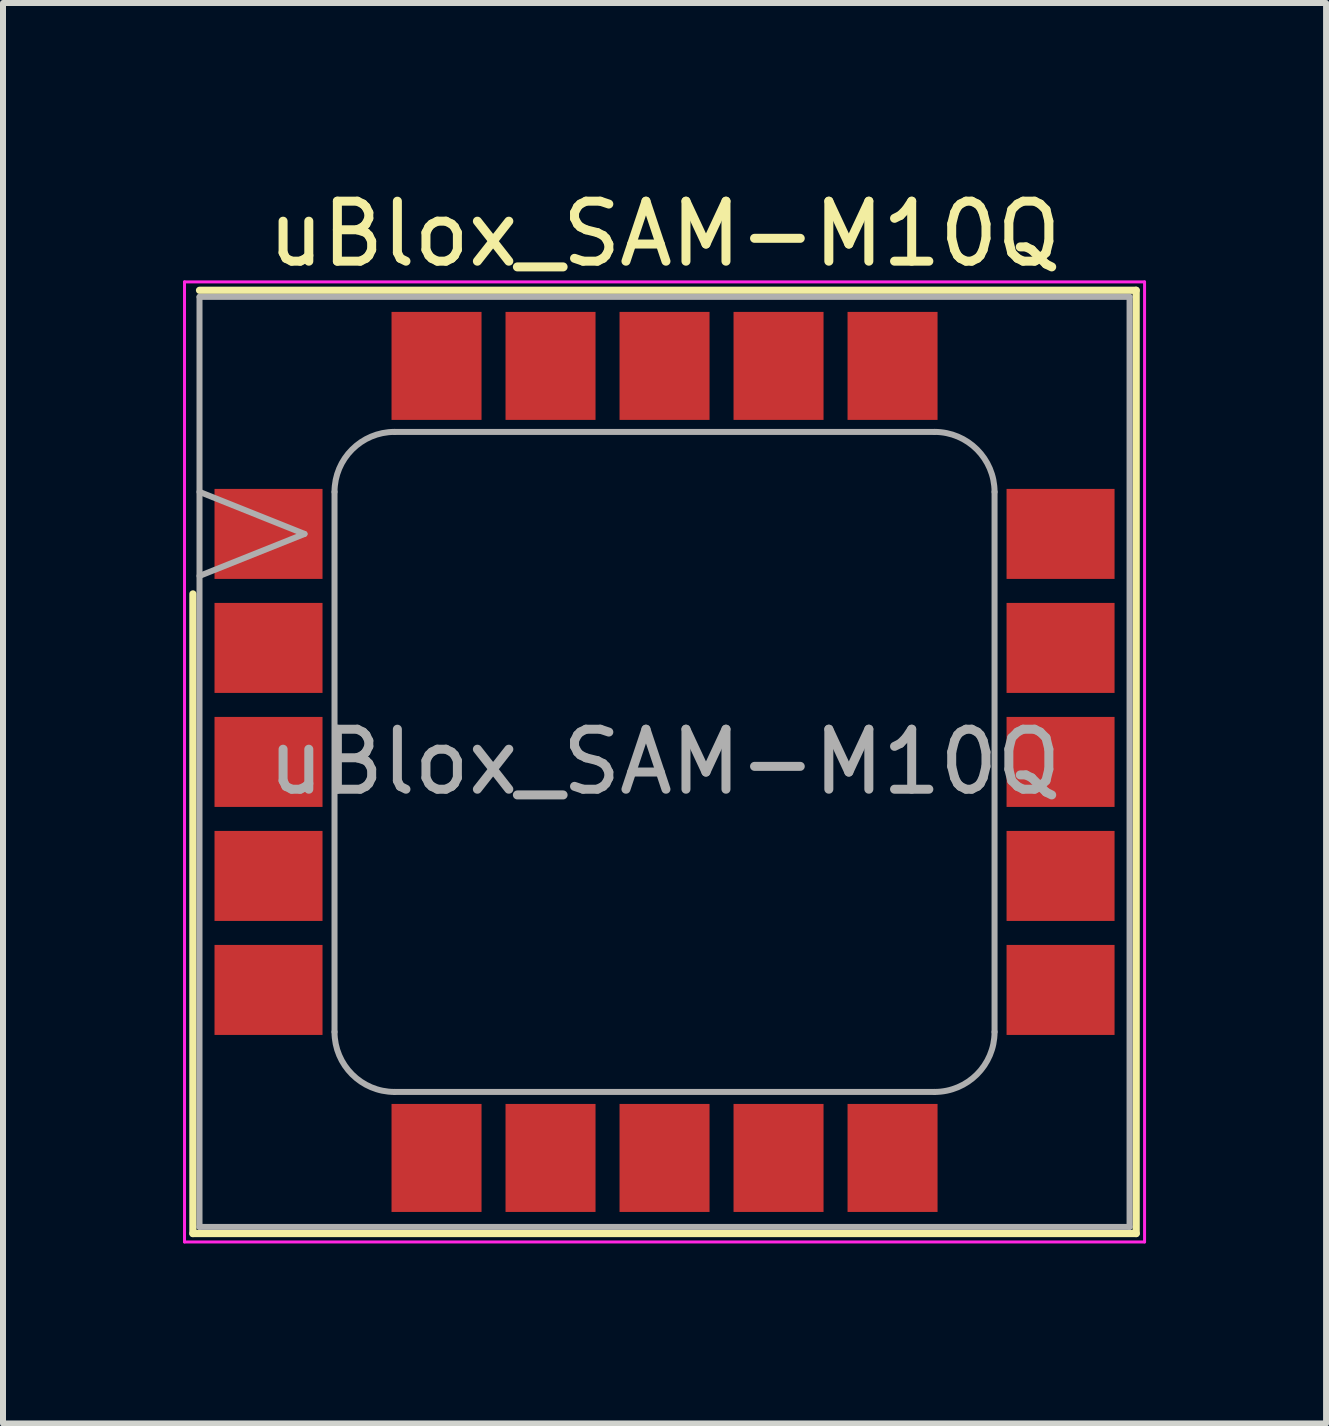
<source format=kicad_pcb>
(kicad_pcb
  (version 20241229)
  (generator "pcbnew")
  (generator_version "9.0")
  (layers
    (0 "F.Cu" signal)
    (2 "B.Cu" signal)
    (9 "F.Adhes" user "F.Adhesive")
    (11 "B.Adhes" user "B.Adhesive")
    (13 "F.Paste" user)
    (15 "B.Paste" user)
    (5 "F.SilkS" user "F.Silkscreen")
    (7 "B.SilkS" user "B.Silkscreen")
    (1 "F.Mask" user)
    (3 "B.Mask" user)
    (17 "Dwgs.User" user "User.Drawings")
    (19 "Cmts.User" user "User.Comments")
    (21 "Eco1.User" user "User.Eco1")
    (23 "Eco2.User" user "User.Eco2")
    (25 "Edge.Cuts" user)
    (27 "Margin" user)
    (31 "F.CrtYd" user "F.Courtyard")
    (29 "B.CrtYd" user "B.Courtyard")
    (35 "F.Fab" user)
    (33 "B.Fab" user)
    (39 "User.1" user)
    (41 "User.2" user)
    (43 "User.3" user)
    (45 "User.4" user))
  (footprint "uBlox_SAM-M10Q"
    (layer "F.Cu")
    (at 8.025 9.648)
    (property "Reference" "uBlox_SAM-M10Q" (at 0 -8.8 0) (unlocked yes) (layer "F.SilkS") (effects (font (size 1 1) (thickness 0.15))))
    (attr smd)
    (fp_line (start -7.86 -2.8) (end -7.86 7.86) (stroke (width 0.12) (type solid)) (layer "F.SilkS"))
    (fp_line (start -7.86 7.86) (end 7.86 7.86) (stroke (width 0.12) (type solid)) (layer "F.SilkS"))
    (fp_line (start -7.75 -7.86) (end 7.86 -7.86) (stroke (width 0.12) (type solid)) (layer "F.SilkS"))
    (fp_line (start 7.86 -7.86) (end 7.86 7.86) (stroke (width 0.12) (type solid)) (layer "F.SilkS"))
    (fp_line (start -8 -8) (end -8 8) (stroke (width 0.05) (type solid)) (layer "F.CrtYd"))
    (fp_line (start -8 8) (end 8 8) (stroke (width 0.05) (type solid)) (layer "F.CrtYd"))
    (fp_line (start 8 -8) (end -8 -8) (stroke (width 0.05) (type solid)) (layer "F.CrtYd"))
    (fp_line (start 8 8) (end 8 -8) (stroke (width 0.05) (type solid)) (layer "F.CrtYd"))
    (fp_line (start -7.75 -7.75) (end -7.75 7.75) (stroke (width 0.1) (type solid)) (layer "F.Fab"))
    (fp_line (start -7.75 7.75) (end 7.75 7.75) (stroke (width 0.1) (type solid)) (layer "F.Fab"))
    (fp_line (start -6 -3.8) (end -7.75 -4.5) (stroke (width 0.1) (type solid)) (layer "F.Fab"))
    (fp_line (start -6 -3.8) (end -7.75 -3.1) (stroke (width 0.1) (type solid)) (layer "F.Fab"))
    (fp_line (start -5.5 -4.5) (end -5.5 4.5) (stroke (width 0.1) (type solid)) (layer "F.Fab"))
    (fp_line (start -4.5 5.5) (end 4.5 5.5) (stroke (width 0.1) (type solid)) (layer "F.Fab"))
    (fp_line (start 4.5 -5.5) (end -4.5 -5.5) (stroke (width 0.1) (type solid)) (layer "F.Fab"))
    (fp_line (start 5.5 4.5) (end 5.5 -4.5) (stroke (width 0.1) (type solid)) (layer "F.Fab"))
    (fp_line (start 7.75 -7.75) (end -7.75 -7.75) (stroke (width 0.1) (type solid)) (layer "F.Fab"))
    (fp_line (start 7.75 7.75) (end 7.75 -7.75) (stroke (width 0.1) (type solid)) (layer "F.Fab"))
    (fp_arc (start -5.5 -4.5) (mid -5.207107 -5.207107) (end -4.5 -5.5) (stroke (width 0.1) (type solid)) (layer "F.Fab"))
    (fp_arc (start -4.5 5.5) (mid -5.207107 5.207107) (end -5.5 4.5) (stroke (width 0.1) (type solid)) (layer "F.Fab"))
    (fp_arc (start 4.5 -5.5) (mid 5.207107 -5.207107) (end 5.5 -4.5) (stroke (width 0.1) (type solid)) (layer "F.Fab"))
    (fp_arc (start 5.5 4.5) (mid 5.207107 5.207107) (end 4.5 5.5) (stroke (width 0.1) (type solid)) (layer "F.Fab"))
    (fp_text user "${REFERENCE}" (at 0 0 0) (layer "F.Fab") (effects (font (size 1 1) (thickness 0.15))))
    (pad "" smd rect (at -7.1 -4.225) (size 0.72 0.58) (layers "F.Paste"))
    (pad "" smd rect (at -7.1 -3.375) (size 0.72 0.58) (layers "F.Paste"))
    (pad "" smd rect (at -7.1 -2.325) (size 0.72 0.58) (layers "F.Paste"))
    (pad "" smd rect (at -7.1 -1.475) (size 0.72 0.58) (layers "F.Paste"))
    (pad "" smd rect (at -7.1 -0.425) (size 0.72 0.58) (layers "F.Paste"))
    (pad "" smd rect (at -7.1 0.425) (size 0.72 0.58) (layers "F.Paste"))
    (pad "" smd rect (at -7.1 1.475) (size 0.72 0.58) (layers "F.Paste"))
    (pad "" smd rect (at -7.1 2.325) (size 0.72 0.58) (layers "F.Paste"))
    (pad "" smd rect (at -7.1 3.375) (size 0.72 0.58) (layers "F.Paste"))
    (pad "" smd rect (at -7.1 4.225) (size 0.72 0.58) (layers "F.Paste"))
    (pad "" smd rect (at -6.1 -4.225) (size 0.72 0.58) (layers "F.Paste"))
    (pad "" smd rect (at -6.1 -3.375) (size 0.72 0.58) (layers "F.Paste"))
    (pad "" smd rect (at -6.1 -2.325) (size 0.72 0.58) (layers "F.Paste"))
    (pad "" smd rect (at -6.1 -1.475) (size 0.72 0.58) (layers "F.Paste"))
    (pad "" smd rect (at -6.1 -0.425) (size 0.72 0.58) (layers "F.Paste"))
    (pad "" smd rect (at -6.1 0.425) (size 0.72 0.58) (layers "F.Paste"))
    (pad "" smd rect (at -6.1 1.475) (size 0.72 0.58) (layers "F.Paste"))
    (pad "" smd rect (at -6.1 2.325) (size 0.72 0.58) (layers "F.Paste"))
    (pad "" smd rect (at -6.1 3.375) (size 0.72 0.58) (layers "F.Paste"))
    (pad "" smd rect (at -6.1 4.225) (size 0.72 0.58) (layers "F.Paste"))
    (pad "" smd rect (at -4.225 -7.1) (size 0.58 0.72) (layers "F.Paste"))
    (pad "" smd rect (at -4.225 -6.1) (size 0.58 0.72) (layers "F.Paste"))
    (pad "" smd rect (at -4.225 6.1) (size 0.58 0.72) (layers "F.Paste"))
    (pad "" smd rect (at -4.225 7.1) (size 0.58 0.72) (layers "F.Paste"))
    (pad "" smd rect (at -3.375 -7.1) (size 0.58 0.72) (layers "F.Paste"))
    (pad "" smd rect (at -3.375 -6.1) (size 0.58 0.72) (layers "F.Paste"))
    (pad "" smd rect (at -3.375 6.1) (size 0.58 0.72) (layers "F.Paste"))
    (pad "" smd rect (at -3.375 7.1) (size 0.58 0.72) (layers "F.Paste"))
    (pad "" smd rect (at -2.325 -7.1) (size 0.58 0.72) (layers "F.Paste"))
    (pad "" smd rect (at -2.325 -6.1) (size 0.58 0.72) (layers "F.Paste"))
    (pad "" smd rect (at -2.325 6.1) (size 0.58 0.72) (layers "F.Paste"))
    (pad "" smd rect (at -2.325 7.1) (size 0.58 0.72) (layers "F.Paste"))
    (pad "" smd rect (at -1.475 -7.1) (size 0.58 0.72) (layers "F.Paste"))
    (pad "" smd rect (at -1.475 -6.1) (size 0.58 0.72) (layers "F.Paste"))
    (pad "" smd rect (at -1.475 6.1) (size 0.58 0.72) (layers "F.Paste"))
    (pad "" smd rect (at -1.475 7.1) (size 0.58 0.72) (layers "F.Paste"))
    (pad "" smd rect (at -0.425 -7.1) (size 0.58 0.72) (layers "F.Paste"))
    (pad "" smd rect (at -0.425 -6.1) (size 0.58 0.72) (layers "F.Paste"))
    (pad "" smd rect (at -0.425 6.1) (size 0.58 0.72) (layers "F.Paste"))
    (pad "" smd rect (at -0.425 7.1) (size 0.58 0.72) (layers "F.Paste"))
    (pad "" smd rect (at 0.425 -7.1) (size 0.58 0.72) (layers "F.Paste"))
    (pad "" smd rect (at 0.425 -6.1) (size 0.58 0.72) (layers "F.Paste"))
    (pad "" smd rect (at 0.425 6.1) (size 0.58 0.72) (layers "F.Paste"))
    (pad "" smd rect (at 0.425 7.1) (size 0.58 0.72) (layers "F.Paste"))
    (pad "" smd rect (at 1.475 -7.1) (size 0.58 0.72) (layers "F.Paste"))
    (pad "" smd rect (at 1.475 -6.1) (size 0.58 0.72) (layers "F.Paste"))
    (pad "" smd rect (at 1.475 6.1) (size 0.58 0.72) (layers "F.Paste"))
    (pad "" smd rect (at 1.475 7.1) (size 0.58 0.72) (layers "F.Paste"))
    (pad "" smd rect (at 2.325 -7.1) (size 0.58 0.72) (layers "F.Paste"))
    (pad "" smd rect (at 2.325 -6.1) (size 0.58 0.72) (layers "F.Paste"))
    (pad "" smd rect (at 2.325 6.1) (size 0.58 0.72) (layers "F.Paste"))
    (pad "" smd rect (at 2.325 7.1) (size 0.58 0.72) (layers "F.Paste"))
    (pad "" smd rect (at 3.375 -7.1) (size 0.58 0.72) (layers "F.Paste"))
    (pad "" smd rect (at 3.375 -6.1) (size 0.58 0.72) (layers "F.Paste"))
    (pad "" smd rect (at 3.375 6.1) (size 0.58 0.72) (layers "F.Paste"))
    (pad "" smd rect (at 3.375 7.1) (size 0.58 0.72) (layers "F.Paste"))
    (pad "" smd rect (at 4.225 -7.1) (size 0.58 0.72) (layers "F.Paste"))
    (pad "" smd rect (at 4.225 -6.1) (size 0.58 0.72) (layers "F.Paste"))
    (pad "" smd rect (at 4.225 6.1) (size 0.58 0.72) (layers "F.Paste"))
    (pad "" smd rect (at 4.225 7.1) (size 0.58 0.72) (layers "F.Paste"))
    (pad "" smd rect (at 6.1 -4.225) (size 0.72 0.58) (layers "F.Paste"))
    (pad "" smd rect (at 6.1 -3.375) (size 0.72 0.58) (layers "F.Paste"))
    (pad "" smd rect (at 6.1 -2.325) (size 0.72 0.58) (layers "F.Paste"))
    (pad "" smd rect (at 6.1 -1.475) (size 0.72 0.58) (layers "F.Paste"))
    (pad "" smd rect (at 6.1 -0.425) (size 0.72 0.58) (layers "F.Paste"))
    (pad "" smd rect (at 6.1 0.425) (size 0.72 0.58) (layers "F.Paste"))
    (pad "" smd rect (at 6.1 1.475) (size 0.72 0.58) (layers "F.Paste"))
    (pad "" smd rect (at 6.1 2.325) (size 0.72 0.58) (layers "F.Paste"))
    (pad "" smd rect (at 6.1 3.375) (size 0.72 0.58) (layers "F.Paste"))
    (pad "" smd rect (at 6.1 4.225) (size 0.72 0.58) (layers "F.Paste"))
    (pad "" smd rect (at 7.1 -4.225) (size 0.72 0.58) (layers "F.Paste"))
    (pad "" smd rect (at 7.1 -3.375) (size 0.72 0.58) (layers "F.Paste"))
    (pad "" smd rect (at 7.1 -2.325) (size 0.72 0.58) (layers "F.Paste"))
    (pad "" smd rect (at 7.1 -1.475) (size 0.72 0.58) (layers "F.Paste"))
    (pad "" smd rect (at 7.1 -0.425) (size 0.72 0.58) (layers "F.Paste"))
    (pad "" smd rect (at 7.1 0.425) (size 0.72 0.58) (layers "F.Paste"))
    (pad "" smd rect (at 7.1 1.475) (size 0.72 0.58) (layers "F.Paste"))
    (pad "" smd rect (at 7.1 2.325) (size 0.72 0.58) (layers "F.Paste"))
    (pad "" smd rect (at 7.1 3.375) (size 0.72 0.58) (layers "F.Paste"))
    (pad "" smd rect (at 7.1 4.225) (size 0.72 0.58) (layers "F.Paste"))
    (pad "1" smd rect (at -6.6 -3.8) (size 1.8 1.5) (layers "F.Cu" "F.Mask"))
    (pad "2" smd rect (at -6.6 -1.9) (size 1.8 1.5) (layers "F.Cu" "F.Mask"))
    (pad "3" smd rect (at -6.6 0) (size 1.8 1.5) (layers "F.Cu" "F.Mask"))
    (pad "4" smd rect (at -6.6 1.9) (size 1.8 1.5) (layers "F.Cu" "F.Mask"))
    (pad "5" smd rect (at -6.6 3.8) (size 1.8 1.5) (layers "F.Cu" "F.Mask"))
    (pad "6" smd rect (at -3.8 6.6) (size 1.5 1.8) (layers "F.Cu" "F.Mask"))
    (pad "7" smd rect (at -1.9 6.6) (size 1.5 1.8) (layers "F.Cu" "F.Mask"))
    (pad "8" smd rect (at 0 6.6) (size 1.5 1.8) (layers "F.Cu" "F.Mask"))
    (pad "9" smd rect (at 1.9 6.6) (size 1.5 1.8) (layers "F.Cu" "F.Mask"))
    (pad "10" smd rect (at 3.8 6.6) (size 1.5 1.8) (layers "F.Cu" "F.Mask"))
    (pad "11" smd rect (at 6.6 3.8) (size 1.8 1.5) (layers "F.Cu" "F.Mask"))
    (pad "12" smd rect (at 6.6 1.9) (size 1.8 1.5) (layers "F.Cu" "F.Mask"))
    (pad "13" smd rect (at 6.6 0) (size 1.8 1.5) (layers "F.Cu" "F.Mask"))
    (pad "14" smd rect (at 6.6 -1.9) (size 1.8 1.5) (layers "F.Cu" "F.Mask"))
    (pad "15" smd rect (at 6.6 -3.8) (size 1.8 1.5) (layers "F.Cu" "F.Mask"))
    (pad "16" smd rect (at 3.8 -6.6) (size 1.5 1.8) (layers "F.Cu" "F.Mask"))
    (pad "17" smd rect (at 1.9 -6.6) (size 1.5 1.8) (layers "F.Cu" "F.Mask"))
    (pad "18" smd rect (at 0 -6.6) (size 1.5 1.8) (layers "F.Cu" "F.Mask"))
    (pad "19" smd rect (at -1.9 -6.6) (size 1.5 1.8) (layers "F.Cu" "F.Mask"))
    (pad "20" smd rect (at -3.8 -6.6) (size 1.5 1.8) (layers "F.Cu" "F.Mask")))
  (gr_rect
    (start -3 -3)
    (end 19.05 20.673)
    (stroke (width 0.1) (type default))
    (fill no)
    (layer "Edge.Cuts")))
</source>
